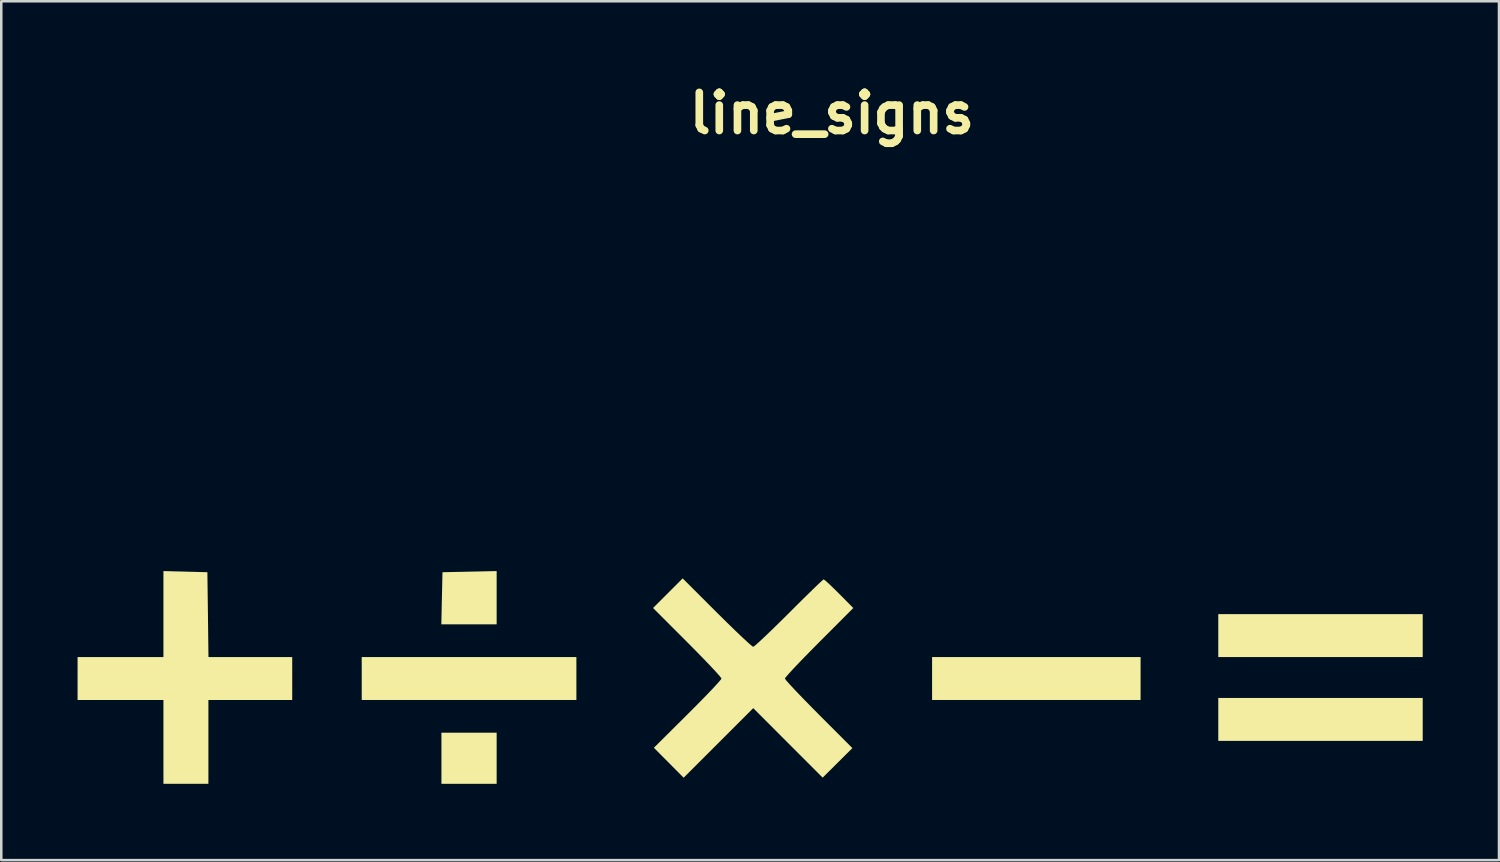
<source format=kicad_pcb>
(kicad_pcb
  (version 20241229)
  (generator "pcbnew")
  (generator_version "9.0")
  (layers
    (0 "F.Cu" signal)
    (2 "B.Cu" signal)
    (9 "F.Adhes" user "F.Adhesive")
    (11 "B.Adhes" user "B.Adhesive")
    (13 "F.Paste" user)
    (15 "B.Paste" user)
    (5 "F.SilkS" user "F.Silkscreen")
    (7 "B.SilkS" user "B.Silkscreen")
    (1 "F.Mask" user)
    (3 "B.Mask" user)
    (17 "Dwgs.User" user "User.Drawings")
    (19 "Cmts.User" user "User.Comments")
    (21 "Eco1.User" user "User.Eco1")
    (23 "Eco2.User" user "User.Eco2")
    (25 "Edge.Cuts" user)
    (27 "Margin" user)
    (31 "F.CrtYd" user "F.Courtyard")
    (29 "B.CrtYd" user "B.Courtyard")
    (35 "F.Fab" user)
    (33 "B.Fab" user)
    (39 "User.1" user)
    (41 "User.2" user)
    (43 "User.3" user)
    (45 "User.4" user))
  (footprint "line_signs"
    (layer "F.Cu")
    (at 29.66 1.404)
    (property "Reference" "line_signs" (at 0 0 0) (layer "F.SilkS") (effects (font (size 1.5 1.5) (thickness 0.3))))
    (attr board_only exclude_from_pos_files exclude_from_bom)
    (fp_poly (pts (xy -13.182 19.048) (xy -13.182 20.095) (xy -14.27 20.095) (xy -15.357 20.095) (xy -15.335 19.07) (xy -15.312 18.045) (xy -14.247 18.023) (xy -13.182 18)) (stroke (width 0) (type solid)) (fill yes) (layer "F.SilkS"))
    (fp_poly (pts (xy -13.182 25.36) (xy -13.182 26.365) (xy -14.267 26.365) (xy -15.353 26.365) (xy -15.353 25.36) (xy -15.353 24.355) (xy -14.267 24.355) (xy -13.182 24.355)) (stroke (width 0) (type solid)) (fill yes) (layer "F.SilkS"))
    (fp_poly (pts (xy -10.047 22.225) (xy -10.047 23.069) (xy -14.267 23.069) (xy -18.487 23.069) (xy -18.487 22.225) (xy -18.487 21.381) (xy -14.267 21.381) (xy -10.047 21.381)) (stroke (width 0) (type solid)) (fill yes) (layer "F.SilkS"))
    (fp_poly (pts (xy 12.137 22.225) (xy 12.137 23.069) (xy 8.038 23.069) (xy 3.939 23.069) (xy 3.939 22.225) (xy 3.939 21.381) (xy 8.038 21.381) (xy 12.137 21.381)) (stroke (width 0) (type solid)) (fill yes) (layer "F.SilkS"))
    (fp_poly (pts (xy 23.23 20.537) (xy 23.23 21.381) (xy 19.211 21.381) (xy 15.192 21.381) (xy 15.192 20.537) (xy 15.192 19.693) (xy 19.211 19.693) (xy 23.23 19.693)) (stroke (width 0) (type solid)) (fill yes) (layer "F.SilkS"))
    (fp_poly (pts (xy 23.23 23.833) (xy 23.23 24.677) (xy 19.211 24.677) (xy 15.192 24.677) (xy 15.192 23.833) (xy 15.192 22.989) (xy 19.211 22.989) (xy 23.23 22.989)) (stroke (width 0) (type solid)) (fill yes) (layer "F.SilkS"))
    (fp_poly (pts (xy -25.42 18.022) (xy -24.556 18.045) (xy -24.534 19.713) (xy -24.513 21.381) (xy -22.866 21.381) (xy -21.22 21.381) (xy -21.22 22.225) (xy -21.22 23.069) (xy -22.868 23.069) (xy -24.516 23.069) (xy -24.516 24.717) (xy -24.516 26.365) (xy -25.4 26.365) (xy -26.284 26.365) (xy -26.284 24.717) (xy -26.284 23.069) (xy -27.972 23.069) (xy -29.66 23.069) (xy -29.66 22.225) (xy -29.66 21.381) (xy -27.972 21.381) (xy -26.284 21.381) (xy -26.284 19.69) (xy -26.284 18)) (stroke (width 0) (type solid)) (fill yes) (layer "F.SilkS"))
    (fp_poly (pts (xy -4.521 19.634) (xy -4.138 20.012) (xy -3.792 20.349) (xy -3.497 20.629) (xy -3.271 20.837) (xy -3.131 20.956) (xy -3.094 20.978) (xy -3.017 20.923) (xy -2.844 20.769) (xy -2.592 20.533) (xy -2.277 20.23) (xy -1.918 19.877) (xy -1.691 19.652) (xy -1.315 19.276) (xy -0.976 18.942) (xy -0.692 18.665) (xy -0.478 18.461) (xy -0.351 18.346) (xy -0.323 18.327) (xy -0.25 18.38) (xy -0.092 18.524) (xy 0.125 18.734) (xy 0.282 18.89) (xy 0.841 19.453) (xy -0.504 20.8) (xy -0.882 21.182) (xy -1.22 21.529) (xy -1.5 21.823) (xy -1.707 22.048) (xy -1.826 22.188) (xy -1.849 22.225) (xy -1.794 22.302) (xy -1.641 22.475) (xy -1.406 22.727) (xy -1.103 23.042) (xy -0.75 23.402) (xy -0.522 23.632) (xy 0.805 24.961) (xy 0.22 25.542) (xy -0.364 26.122) (xy -1.729 24.756) (xy -3.093 23.39) (xy -4.462 24.758) (xy -5.83 26.125) (xy -6.415 25.536) (xy -7 24.948) (xy -5.67 23.626) (xy -5.294 23.249) (xy -4.958 22.906) (xy -4.68 22.616) (xy -4.476 22.394) (xy -4.361 22.259) (xy -4.341 22.226) (xy -4.395 22.149) (xy -4.548 21.976) (xy -4.784 21.723) (xy -5.087 21.407) (xy -5.441 21.046) (xy -5.686 20.799) (xy -7.032 19.452) (xy -6.45 18.87) (xy -5.868 18.288)) (stroke (width 0) (type solid)) (fill yes) (layer "F.SilkS")))
  (gr_rect
    (start -3 -3)
    (end 55.89 30.769)
    (stroke (width 0.1) (type default))
    (fill no)
    (layer "Edge.Cuts")))
</source>
